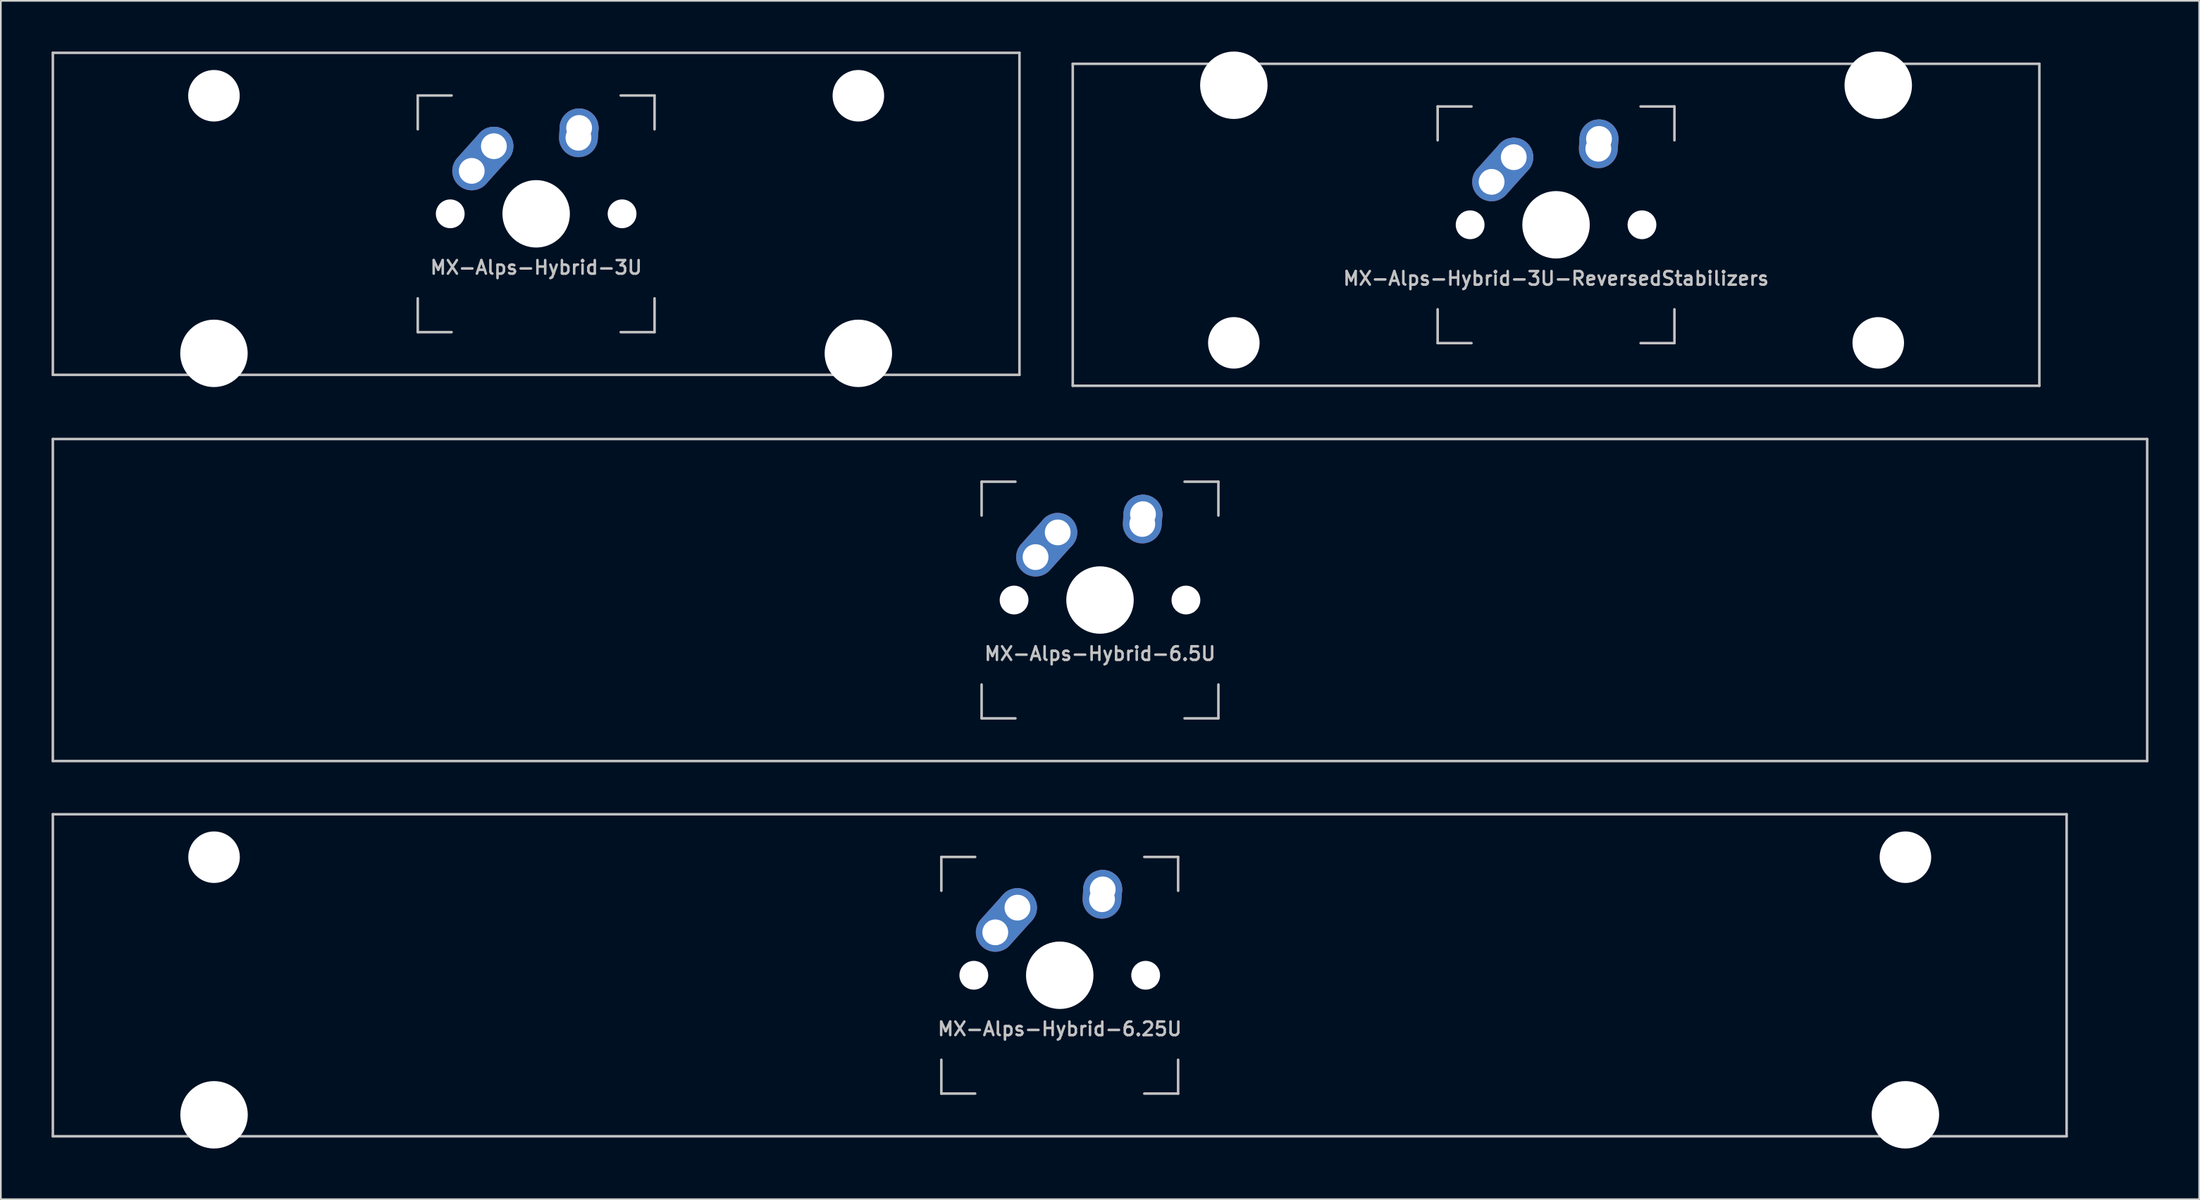
<source format=kicad_pcb>
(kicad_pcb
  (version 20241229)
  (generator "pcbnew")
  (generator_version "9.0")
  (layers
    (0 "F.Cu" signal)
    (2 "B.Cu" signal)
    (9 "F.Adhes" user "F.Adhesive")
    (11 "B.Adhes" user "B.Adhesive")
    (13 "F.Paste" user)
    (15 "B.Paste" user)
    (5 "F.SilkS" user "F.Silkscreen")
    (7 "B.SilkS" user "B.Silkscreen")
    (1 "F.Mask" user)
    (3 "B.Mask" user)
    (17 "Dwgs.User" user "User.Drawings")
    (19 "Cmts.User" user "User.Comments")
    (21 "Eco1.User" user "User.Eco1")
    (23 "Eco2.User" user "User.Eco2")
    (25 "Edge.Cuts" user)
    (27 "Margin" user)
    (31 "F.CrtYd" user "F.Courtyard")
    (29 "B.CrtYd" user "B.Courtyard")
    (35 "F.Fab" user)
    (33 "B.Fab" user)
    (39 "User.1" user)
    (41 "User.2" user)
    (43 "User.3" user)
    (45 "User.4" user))
  (footprint "MX-Alps-Hybrid-6.25U"
    (layer "F.Cu")
    (at 59.606 54.649)
    (property "Reference" "MX-Alps-Hybrid-6.25U" (at 0 3.175 0) (layer "Dwgs.User") (effects (font (size 0.8 0.8) (thickness 0.15))))
    (attr through_hole)
    (fp_line (start -59.531 9.525) (end -59.531 -9.525) (stroke (width 0.15) (type solid)) (layer "Dwgs.User"))
    (fp_line (start -7 -7) (end -7 -5) (stroke (width 0.15) (type solid)) (layer "Dwgs.User"))
    (fp_line (start -7 5) (end -7 7) (stroke (width 0.15) (type solid)) (layer "Dwgs.User"))
    (fp_line (start -7 7) (end -5 7) (stroke (width 0.15) (type solid)) (layer "Dwgs.User"))
    (fp_line (start -5 -7) (end -7 -7) (stroke (width 0.15) (type solid)) (layer "Dwgs.User"))
    (fp_line (start 5 -7) (end 7 -7) (stroke (width 0.15) (type solid)) (layer "Dwgs.User"))
    (fp_line (start 5 7) (end 7 7) (stroke (width 0.15) (type solid)) (layer "Dwgs.User"))
    (fp_line (start 7 -7) (end 7 -5) (stroke (width 0.15) (type solid)) (layer "Dwgs.User"))
    (fp_line (start 7 7) (end 7 5) (stroke (width 0.15) (type solid)) (layer "Dwgs.User"))
    (fp_line (start 59.531 -9.525) (end -59.531 -9.525) (stroke (width 0.15) (type solid)) (layer "Dwgs.User"))
    (fp_line (start 59.531 9.525) (end -59.531 9.525) (stroke (width 0.15) (type solid)) (layer "Dwgs.User"))
    (fp_line (start 59.531 9.525) (end 59.531 -9.525) (stroke (width 0.15) (type solid)) (layer "Dwgs.User"))
    (pad "" np_thru_hole circle (at -50 -6.985) (size 3.048 3.048) (drill 3.048) (layers "*.Cu" "*.Mask"))
    (pad "" np_thru_hole circle (at -50 8.255) (size 3.988 3.988) (drill 3.988) (layers "*.Cu" "*.Mask"))
    (pad "" np_thru_hole circle (at -5.08 0 48.099) (size 1.702 1.702) (drill 1.702) (layers "*.Cu" "*.Mask"))
    (pad "" np_thru_hole circle (at 0 0) (size 3.988 3.988) (drill 3.988) (layers "*.Cu" "*.Mask"))
    (pad "" np_thru_hole circle (at 5.08 0 48.099) (size 1.702 1.702) (drill 1.702) (layers "*.Cu" "*.Mask"))
    (pad "" np_thru_hole circle (at 50 -6.985) (size 3.048 3.048) (drill 3.048) (layers "*.Cu" "*.Mask"))
    (pad "" np_thru_hole circle (at 50 8.255) (size 3.988 3.988) (drill 3.988) (layers "*.Cu" "*.Mask"))
    (pad "1" thru_hole oval (at -3.81 -2.54 48.099) (size 4.262 2.3) (drill 1.524 (offset 0.981 0)) (layers "*.Cu" "B.Mask"))
    (pad "1" thru_hole circle (at -2.5 -4) (size 2.3 2.3) (drill 1.524) (layers "*.Cu" "B.Mask"))
    (pad "2" thru_hole oval (at 2.5 -4.5 86.054) (size 2.881 2.3) (drill 1.524 (offset 0.291 0)) (layers "*.Cu" "B.Mask"))
    (pad "2" thru_hole circle (at 2.54 -5.08) (size 2.3 2.3) (drill 1.524) (layers "*.Cu" "B.Mask")))
  (footprint "MX-Alps-Hybrid-3U"
    (layer "F.Cu")
    (at 28.65 9.6)
    (property "Reference" "MX-Alps-Hybrid-3U" (at 0 3.175 0) (layer "Dwgs.User") (effects (font (size 0.8 0.8) (thickness 0.15))))
    (attr through_hole)
    (fp_line (start -28.575 9.525) (end -28.575 -9.525) (stroke (width 0.15) (type solid)) (layer "Dwgs.User"))
    (fp_line (start -7 -7) (end -7 -5) (stroke (width 0.15) (type solid)) (layer "Dwgs.User"))
    (fp_line (start -7 5) (end -7 7) (stroke (width 0.15) (type solid)) (layer "Dwgs.User"))
    (fp_line (start -7 7) (end -5 7) (stroke (width 0.15) (type solid)) (layer "Dwgs.User"))
    (fp_line (start -5 -7) (end -7 -7) (stroke (width 0.15) (type solid)) (layer "Dwgs.User"))
    (fp_line (start 5 -7) (end 7 -7) (stroke (width 0.15) (type solid)) (layer "Dwgs.User"))
    (fp_line (start 5 7) (end 7 7) (stroke (width 0.15) (type solid)) (layer "Dwgs.User"))
    (fp_line (start 7 -7) (end 7 -5) (stroke (width 0.15) (type solid)) (layer "Dwgs.User"))
    (fp_line (start 7 7) (end 7 5) (stroke (width 0.15) (type solid)) (layer "Dwgs.User"))
    (fp_line (start 28.575 -9.525) (end -28.575 -9.525) (stroke (width 0.15) (type solid)) (layer "Dwgs.User"))
    (fp_line (start 28.575 9.525) (end -28.575 9.525) (stroke (width 0.15) (type solid)) (layer "Dwgs.User"))
    (fp_line (start 28.575 9.525) (end 28.575 -9.525) (stroke (width 0.15) (type solid)) (layer "Dwgs.User"))
    (pad "" np_thru_hole circle (at -19.05 -6.985) (size 3.048 3.048) (drill 3.048) (layers "*.Cu" "*.Mask"))
    (pad "" np_thru_hole circle (at -19.05 8.255) (size 3.988 3.988) (drill 3.988) (layers "*.Cu" "*.Mask"))
    (pad "" np_thru_hole circle (at -5.08 0 48.099) (size 1.702 1.702) (drill 1.702) (layers "*.Cu" "*.Mask"))
    (pad "" np_thru_hole circle (at 0 0) (size 3.988 3.988) (drill 3.988) (layers "*.Cu" "*.Mask"))
    (pad "" np_thru_hole circle (at 5.08 0 48.099) (size 1.702 1.702) (drill 1.702) (layers "*.Cu" "*.Mask"))
    (pad "" np_thru_hole circle (at 19.05 -6.985) (size 3.048 3.048) (drill 3.048) (layers "*.Cu" "*.Mask"))
    (pad "" np_thru_hole circle (at 19.05 8.255) (size 3.988 3.988) (drill 3.988) (layers "*.Cu" "*.Mask"))
    (pad "1" thru_hole oval (at -3.81 -2.54 48.099) (size 4.262 2.3) (drill 1.524 (offset 0.981 0)) (layers "*.Cu" "*.Mask"))
    (pad "1" thru_hole circle (at -2.5 -4) (size 2.3 2.3) (drill 1.524) (layers "*.Cu" "*.Mask"))
    (pad "2" thru_hole oval (at 2.5 -4.5 86.054) (size 2.881 2.3) (drill 1.524 (offset 0.291 0)) (layers "*.Cu" "*.Mask"))
    (pad "2" thru_hole circle (at 2.54 -5.08) (size 2.3 2.3) (drill 1.524) (layers "*.Cu" "*.Mask")))
  (footprint "MX-Alps-Hybrid-3U-ReversedStabilizers"
    (layer "F.Cu")
    (at 88.95 10.249)
    (property "Reference" "MX-Alps-Hybrid-3U-ReversedStabilizers" (at 0 3.175 0) (layer "Dwgs.User") (effects (font (size 0.8 0.8) (thickness 0.15))))
    (attr through_hole)
    (fp_line (start -28.575 9.525) (end -28.575 -9.525) (stroke (width 0.15) (type solid)) (layer "Dwgs.User"))
    (fp_line (start -7 -7) (end -7 -5) (stroke (width 0.15) (type solid)) (layer "Dwgs.User"))
    (fp_line (start -7 5) (end -7 7) (stroke (width 0.15) (type solid)) (layer "Dwgs.User"))
    (fp_line (start -7 7) (end -5 7) (stroke (width 0.15) (type solid)) (layer "Dwgs.User"))
    (fp_line (start -5 -7) (end -7 -7) (stroke (width 0.15) (type solid)) (layer "Dwgs.User"))
    (fp_line (start 5 -7) (end 7 -7) (stroke (width 0.15) (type solid)) (layer "Dwgs.User"))
    (fp_line (start 5 7) (end 7 7) (stroke (width 0.15) (type solid)) (layer "Dwgs.User"))
    (fp_line (start 7 -7) (end 7 -5) (stroke (width 0.15) (type solid)) (layer "Dwgs.User"))
    (fp_line (start 7 7) (end 7 5) (stroke (width 0.15) (type solid)) (layer "Dwgs.User"))
    (fp_line (start 28.575 -9.525) (end -28.575 -9.525) (stroke (width 0.15) (type solid)) (layer "Dwgs.User"))
    (fp_line (start 28.575 9.525) (end -28.575 9.525) (stroke (width 0.15) (type solid)) (layer "Dwgs.User"))
    (fp_line (start 28.575 9.525) (end 28.575 -9.525) (stroke (width 0.15) (type solid)) (layer "Dwgs.User"))
    (pad "" np_thru_hole circle (at -19.05 -8.255) (size 3.988 3.988) (drill 3.988) (layers "*.Cu" "*.Mask"))
    (pad "" np_thru_hole circle (at -19.05 6.985) (size 3.048 3.048) (drill 3.048) (layers "*.Cu" "*.Mask"))
    (pad "" np_thru_hole circle (at -5.08 0 48.099) (size 1.702 1.702) (drill 1.702) (layers "*.Cu" "*.Mask"))
    (pad "" np_thru_hole circle (at 0 0) (size 3.988 3.988) (drill 3.988) (layers "*.Cu" "*.Mask"))
    (pad "" np_thru_hole circle (at 5.08 0 48.099) (size 1.702 1.702) (drill 1.702) (layers "*.Cu" "*.Mask"))
    (pad "" np_thru_hole circle (at 19.05 -8.255) (size 3.988 3.988) (drill 3.988) (layers "*.Cu" "*.Mask"))
    (pad "" np_thru_hole circle (at 19.05 6.985) (size 3.048 3.048) (drill 3.048) (layers "*.Cu" "*.Mask"))
    (pad "1" thru_hole oval (at -3.81 -2.54 48.099) (size 4.262 2.3) (drill 1.524 (offset 0.981 0)) (layers "*.Cu" "*.Mask"))
    (pad "1" thru_hole circle (at -2.5 -4) (size 2.3 2.3) (drill 1.524) (layers "*.Cu" "*.Mask"))
    (pad "2" thru_hole oval (at 2.5 -4.5 86.054) (size 2.881 2.3) (drill 1.524 (offset 0.291 0)) (layers "*.Cu" "*.Mask"))
    (pad "2" thru_hole circle (at 2.54 -5.08) (size 2.3 2.3) (drill 1.524) (layers "*.Cu" "*.Mask")))
  (footprint "MX-Alps-Hybrid-6.5U"
    (layer "F.Cu")
    (at 61.987 32.449)
    (property "Reference" "MX-Alps-Hybrid-6.5U" (at 0 3.175 0) (layer "Dwgs.User") (effects (font (size 0.8 0.8) (thickness 0.15))))
    (attr through_hole)
    (fp_line (start -61.913 9.525) (end -61.913 -9.525) (stroke (width 0.15) (type solid)) (layer "Dwgs.User"))
    (fp_line (start -7 -7) (end -7 -5) (stroke (width 0.15) (type solid)) (layer "Dwgs.User"))
    (fp_line (start -7 5) (end -7 7) (stroke (width 0.15) (type solid)) (layer "Dwgs.User"))
    (fp_line (start -7 7) (end -5 7) (stroke (width 0.15) (type solid)) (layer "Dwgs.User"))
    (fp_line (start -5 -7) (end -7 -7) (stroke (width 0.15) (type solid)) (layer "Dwgs.User"))
    (fp_line (start 5 -7) (end 7 -7) (stroke (width 0.15) (type solid)) (layer "Dwgs.User"))
    (fp_line (start 5 7) (end 7 7) (stroke (width 0.15) (type solid)) (layer "Dwgs.User"))
    (fp_line (start 7 -7) (end 7 -5) (stroke (width 0.15) (type solid)) (layer "Dwgs.User"))
    (fp_line (start 7 7) (end 7 5) (stroke (width 0.15) (type solid)) (layer "Dwgs.User"))
    (fp_line (start 61.913 -9.525) (end -61.913 -9.525) (stroke (width 0.15) (type solid)) (layer "Dwgs.User"))
    (fp_line (start 61.913 9.525) (end -61.913 9.525) (stroke (width 0.15) (type solid)) (layer "Dwgs.User"))
    (fp_line (start 61.913 9.525) (end 61.913 -9.525) (stroke (width 0.15) (type solid)) (layer "Dwgs.User"))
    (pad "" np_thru_hole circle (at -5.08 0 48.099) (size 1.702 1.702) (drill 1.702) (layers "*.Cu" "*.Mask"))
    (pad "" np_thru_hole circle (at 0 0) (size 3.988 3.988) (drill 3.988) (layers "*.Cu" "*.Mask"))
    (pad "" np_thru_hole circle (at 5.08 0 48.099) (size 1.702 1.702) (drill 1.702) (layers "*.Cu" "*.Mask"))
    (pad "1" thru_hole oval (at -3.81 -2.54 48.099) (size 4.262 2.3) (drill 1.524 (offset 0.981 0)) (layers "*.Cu" "B.Mask"))
    (pad "1" thru_hole circle (at -2.5 -4) (size 2.3 2.3) (drill 1.524) (layers "*.Cu" "B.Mask"))
    (pad "2" thru_hole oval (at 2.5 -4.5 86.054) (size 2.881 2.3) (drill 1.524 (offset 0.291 0)) (layers "*.Cu" "B.Mask"))
    (pad "2" thru_hole circle (at 2.54 -5.08) (size 2.3 2.3) (drill 1.524) (layers "*.Cu" "B.Mask")))
  (gr_rect
    (start -3 -3)
    (end 126.975 67.898)
    (stroke (width 0.1) (type default))
    (fill no)
    (layer "Edge.Cuts")))
</source>
